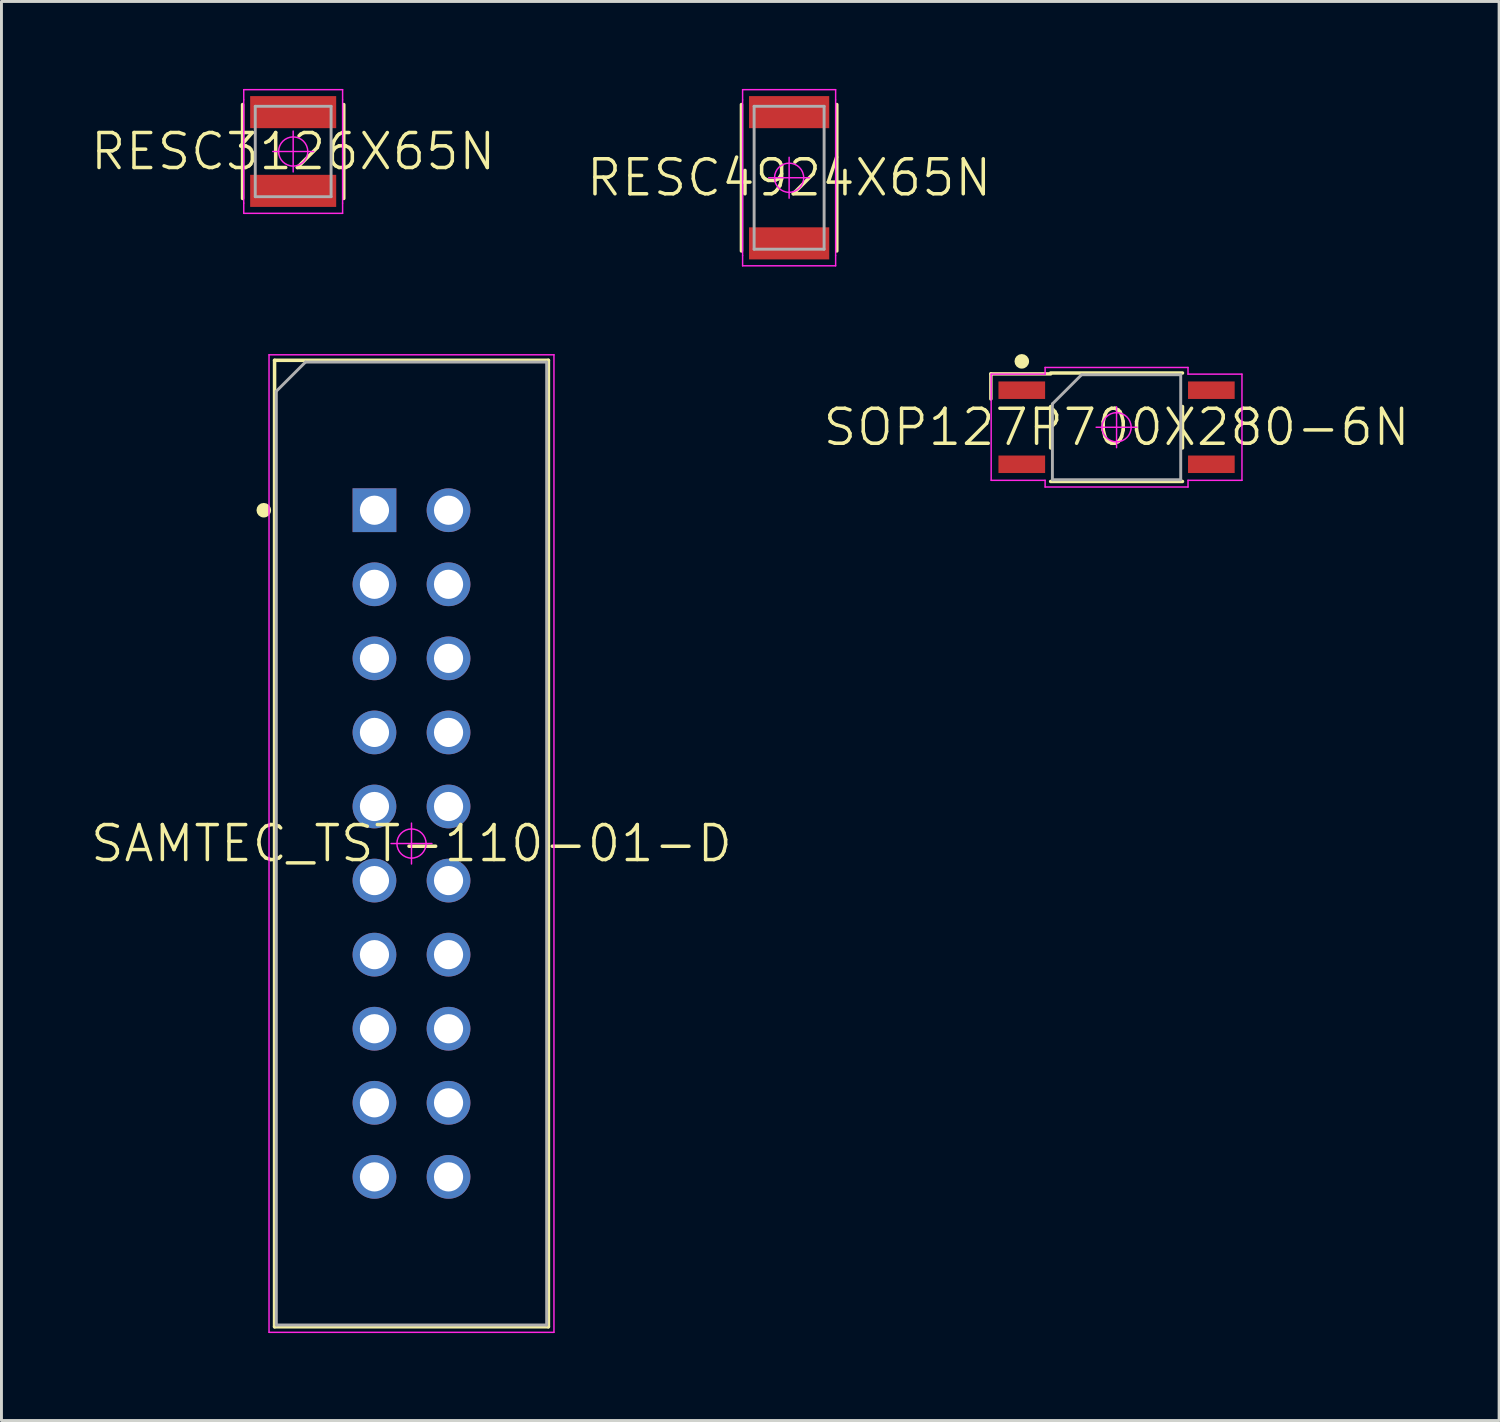
<source format=kicad_pcb>
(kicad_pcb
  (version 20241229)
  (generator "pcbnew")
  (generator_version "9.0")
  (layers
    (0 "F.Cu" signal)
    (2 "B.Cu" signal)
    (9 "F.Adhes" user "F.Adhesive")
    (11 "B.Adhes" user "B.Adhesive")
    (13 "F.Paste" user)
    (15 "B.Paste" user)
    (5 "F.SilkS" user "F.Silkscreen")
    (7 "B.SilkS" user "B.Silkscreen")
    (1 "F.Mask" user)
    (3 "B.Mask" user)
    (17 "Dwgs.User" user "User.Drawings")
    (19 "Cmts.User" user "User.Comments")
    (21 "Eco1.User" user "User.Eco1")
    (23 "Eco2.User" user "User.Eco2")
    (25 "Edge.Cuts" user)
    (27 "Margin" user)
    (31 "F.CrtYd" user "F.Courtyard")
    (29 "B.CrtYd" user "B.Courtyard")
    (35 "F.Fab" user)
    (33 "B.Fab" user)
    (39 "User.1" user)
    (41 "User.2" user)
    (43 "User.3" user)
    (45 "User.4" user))
  (footprint "RESC4924X65N"
    (layer "F.Cu")
    (at 24.009 3.045)
    (property "Reference" "RESC4924X65N" (at 0 0 0) (layer "F.SilkS") (effects (font (size 1.2 1.2) (thickness 0.12))))
    (attr smd)
    (fp_line (start -1.635 -2.51) (end -1.635 2.51) (stroke (width 0.12) (type solid)) (layer "F.SilkS"))
    (fp_line (start 1.635 -2.51) (end 1.635 2.51) (stroke (width 0.12) (type solid)) (layer "F.SilkS"))
    (fp_line (start -1.595 -3.02) (end -1.595 -2.67) (stroke (width 0.05) (type solid)) (layer "F.CrtYd"))
    (fp_line (start -1.595 -2.67) (end -1.595 2.67) (stroke (width 0.05) (type solid)) (layer "F.CrtYd"))
    (fp_line (start -1.595 2.67) (end -1.595 3.02) (stroke (width 0.05) (type solid)) (layer "F.CrtYd"))
    (fp_line (start -1.595 3.02) (end 1.595 3.02) (stroke (width 0.05) (type solid)) (layer "F.CrtYd"))
    (fp_line (start -0.7 0) (end 0.7 0) (stroke (width 0.05) (type solid)) (layer "F.CrtYd"))
    (fp_line (start 0 -0.7) (end 0 0.7) (stroke (width 0.05) (type solid)) (layer "F.CrtYd"))
    (fp_line (start 1.595 -3.02) (end -1.595 -3.02) (stroke (width 0.05) (type solid)) (layer "F.CrtYd"))
    (fp_line (start 1.595 -2.67) (end 1.595 -3.02) (stroke (width 0.05) (type solid)) (layer "F.CrtYd"))
    (fp_line (start 1.595 2.67) (end 1.595 -2.67) (stroke (width 0.05) (type solid)) (layer "F.CrtYd"))
    (fp_line (start 1.595 3.02) (end 1.595 2.67) (stroke (width 0.05) (type solid)) (layer "F.CrtYd"))
    (fp_circle (center 0 0) (end 0 0.5) (stroke (width 0.05) (type solid)) (fill no) (layer "F.CrtYd"))
    (fp_line (start -1.2 -2.45) (end 1.2 -2.45) (stroke (width 0.1) (type solid)) (layer "F.Fab"))
    (fp_line (start -1.2 2.45) (end -1.2 -2.45) (stroke (width 0.1) (type solid)) (layer "F.Fab"))
    (fp_line (start 1.2 -2.45) (end 1.2 2.45) (stroke (width 0.1) (type solid)) (layer "F.Fab"))
    (fp_line (start 1.2 2.45) (end -1.2 2.45) (stroke (width 0.1) (type solid)) (layer "F.Fab"))
    (pad "1" smd rect (at 0 -2.25) (size 2.75 1.1) (layers "F.Cu" "F.Mask" "F.Paste"))
    (pad "2" smd rect (at 0 2.25) (size 2.75 1.1) (layers "F.Cu" "F.Mask" "F.Paste")))
  (footprint "SOP127P700X280-6N"
    (layer "F.Cu")
    (at 35.237 11.6)
    (property "Reference" "SOP127P700X280-6N" (at 0 0 0) (layer "F.SilkS") (effects (font (size 1.2 1.2) (thickness 0.12))))
    (attr smd)
    (fp_line (start -4.31 -1.83) (end -4.31 -0.97) (stroke (width 0.12) (type solid)) (layer "F.SilkS"))
    (fp_line (start -2.26 -1.86) (end 2.26 -1.86) (stroke (width 0.12) (type solid)) (layer "F.SilkS"))
    (fp_line (start -2.26 -1.83) (end -4.31 -1.83) (stroke (width 0.12) (type solid)) (layer "F.SilkS"))
    (fp_line (start -2.26 -0.71) (end -2.26 0.71) (stroke (width 0.12) (type solid)) (layer "F.SilkS"))
    (fp_line (start 2.26 -0.71) (end 2.26 0.71) (stroke (width 0.12) (type solid)) (layer "F.SilkS"))
    (fp_line (start 2.26 1.86) (end -2.26 1.86) (stroke (width 0.12) (type solid)) (layer "F.SilkS"))
    (fp_circle (center -3.25 -2.26) (end -3.25 -2.135) (stroke (width 0.25) (type solid)) (fill no) (layer "F.SilkS"))
    (fp_line (start -4.3 -1.82) (end -2.45 -1.82) (stroke (width 0.05) (type solid)) (layer "F.CrtYd"))
    (fp_line (start -4.3 1.82) (end -4.3 -1.82) (stroke (width 0.05) (type solid)) (layer "F.CrtYd"))
    (fp_line (start -2.45 -2.05) (end 2.45 -2.05) (stroke (width 0.05) (type solid)) (layer "F.CrtYd"))
    (fp_line (start -2.45 -1.82) (end -2.45 -2.05) (stroke (width 0.05) (type solid)) (layer "F.CrtYd"))
    (fp_line (start -2.45 1.82) (end -4.3 1.82) (stroke (width 0.05) (type solid)) (layer "F.CrtYd"))
    (fp_line (start -2.45 2.05) (end -2.45 1.82) (stroke (width 0.05) (type solid)) (layer "F.CrtYd"))
    (fp_line (start -0.7 0) (end 0.7 0) (stroke (width 0.05) (type solid)) (layer "F.CrtYd"))
    (fp_line (start 0 -0.7) (end 0 0.7) (stroke (width 0.05) (type solid)) (layer "F.CrtYd"))
    (fp_line (start 2.45 -2.05) (end 2.45 -1.82) (stroke (width 0.05) (type solid)) (layer "F.CrtYd"))
    (fp_line (start 2.45 -1.82) (end 4.3 -1.82) (stroke (width 0.05) (type solid)) (layer "F.CrtYd"))
    (fp_line (start 2.45 1.82) (end 2.45 2.05) (stroke (width 0.05) (type solid)) (layer "F.CrtYd"))
    (fp_line (start 2.45 2.05) (end -2.45 2.05) (stroke (width 0.05) (type solid)) (layer "F.CrtYd"))
    (fp_line (start 4.3 -1.82) (end 4.3 1.82) (stroke (width 0.05) (type solid)) (layer "F.CrtYd"))
    (fp_line (start 4.3 1.82) (end 2.45 1.82) (stroke (width 0.05) (type solid)) (layer "F.CrtYd"))
    (fp_circle (center 0 0) (end 0 0.5) (stroke (width 0.05) (type solid)) (fill no) (layer "F.CrtYd"))
    (fp_line (start -2.2 -0.8) (end -1.2 -1.8) (stroke (width 0.1) (type solid)) (layer "F.Fab"))
    (fp_line (start -2.2 1.8) (end -2.2 -0.8) (stroke (width 0.1) (type solid)) (layer "F.Fab"))
    (fp_line (start -1.2 -1.8) (end 2.2 -1.8) (stroke (width 0.1) (type solid)) (layer "F.Fab"))
    (fp_line (start 2.2 -1.8) (end 2.2 1.8) (stroke (width 0.1) (type solid)) (layer "F.Fab"))
    (fp_line (start 2.2 1.8) (end -2.2 1.8) (stroke (width 0.1) (type solid)) (layer "F.Fab"))
    (pad "1" smd rect (at -3.25 -1.27) (size 1.6 0.6) (layers "F.Cu" "F.Mask" "F.Paste"))
    (pad "3" smd rect (at -3.25 1.27) (size 1.6 0.6) (layers "F.Cu" "F.Mask" "F.Paste"))
    (pad "4" smd rect (at 3.25 1.27) (size 1.6 0.6) (layers "F.Cu" "F.Mask" "F.Paste"))
    (pad "6" smd rect (at 3.25 -1.27) (size 1.6 0.6) (layers "F.Cu" "F.Mask" "F.Paste")))
  (footprint "SAMTEC_TST-110-01-D"
    (layer "F.Cu")
    (at 11.06 25.875)
    (property "Reference" "SAMTEC_TST-110-01-D" (at 0 0 0) (layer "F.SilkS") (effects (font (size 1.2 1.2) (thickness 0.12))))
    (attr through_hole)
    (fp_line (start -4.695 -16.57) (end 4.695 -16.57) (stroke (width 0.12) (type solid)) (layer "F.SilkS"))
    (fp_line (start -4.695 16.57) (end -4.695 -16.57) (stroke (width 0.12) (type solid)) (layer "F.SilkS"))
    (fp_line (start 4.695 -16.57) (end 4.695 16.57) (stroke (width 0.12) (type solid)) (layer "F.SilkS"))
    (fp_line (start 4.695 16.57) (end -4.695 16.57) (stroke (width 0.12) (type solid)) (layer "F.SilkS"))
    (fp_circle (center -5.065 -11.43) (end -5.065 -11.305) (stroke (width 0.25) (type solid)) (fill no) (layer "F.SilkS"))
    (fp_line (start -4.885 -16.76) (end 4.885 -16.76) (stroke (width 0.05) (type solid)) (layer "F.CrtYd"))
    (fp_line (start -4.885 16.76) (end -4.885 -16.76) (stroke (width 0.05) (type solid)) (layer "F.CrtYd"))
    (fp_line (start -0.7 0) (end 0.7 0) (stroke (width 0.05) (type solid)) (layer "F.CrtYd"))
    (fp_line (start 0 -0.7) (end 0 0.7) (stroke (width 0.05) (type solid)) (layer "F.CrtYd"))
    (fp_line (start 4.885 -16.76) (end 4.885 16.76) (stroke (width 0.05) (type solid)) (layer "F.CrtYd"))
    (fp_line (start 4.885 16.76) (end -4.885 16.76) (stroke (width 0.05) (type solid)) (layer "F.CrtYd"))
    (fp_circle (center 0 0) (end 0 0.5) (stroke (width 0.05) (type solid)) (fill no) (layer "F.CrtYd"))
    (fp_line (start -4.635 -15.51) (end -3.635 -16.51) (stroke (width 0.1) (type solid)) (layer "F.Fab"))
    (fp_line (start -4.635 16.51) (end -4.635 -15.51) (stroke (width 0.1) (type solid)) (layer "F.Fab"))
    (fp_line (start -3.635 -16.51) (end 4.635 -16.51) (stroke (width 0.1) (type solid)) (layer "F.Fab"))
    (fp_line (start 4.635 -16.51) (end 4.635 16.51) (stroke (width 0.1) (type solid)) (layer "F.Fab"))
    (fp_line (start 4.635 16.51) (end -4.635 16.51) (stroke (width 0.1) (type solid)) (layer "F.Fab"))
    (pad "1" thru_hole rect (at -1.27 -11.43) (size 1.5 1.5) (drill 1) (layers "*.Cu" "*.Paste" "*.Mask"))
    (pad "2" thru_hole circle (at 1.27 -11.43) (size 1.5 1.5) (drill 1) (layers "*.Cu" "*.Paste" "*.Mask"))
    (pad "3" thru_hole circle (at -1.27 -8.89) (size 1.5 1.5) (drill 1) (layers "*.Cu" "*.Paste" "*.Mask"))
    (pad "4" thru_hole circle (at 1.27 -8.89) (size 1.5 1.5) (drill 1) (layers "*.Cu" "*.Paste" "*.Mask"))
    (pad "5" thru_hole circle (at -1.27 -6.35) (size 1.5 1.5) (drill 1) (layers "*.Cu" "*.Paste" "*.Mask"))
    (pad "6" thru_hole circle (at 1.27 -6.35) (size 1.5 1.5) (drill 1) (layers "*.Cu" "*.Paste" "*.Mask"))
    (pad "7" thru_hole circle (at -1.27 -3.81) (size 1.5 1.5) (drill 1) (layers "*.Cu" "*.Paste" "*.Mask"))
    (pad "8" thru_hole circle (at 1.27 -3.81) (size 1.5 1.5) (drill 1) (layers "*.Cu" "*.Paste" "*.Mask"))
    (pad "9" thru_hole circle (at -1.27 -1.27) (size 1.5 1.5) (drill 1) (layers "*.Cu" "*.Paste" "*.Mask"))
    (pad "10" thru_hole circle (at 1.27 -1.27) (size 1.5 1.5) (drill 1) (layers "*.Cu" "*.Paste" "*.Mask"))
    (pad "11" thru_hole circle (at -1.27 1.27) (size 1.5 1.5) (drill 1) (layers "*.Cu" "*.Paste" "*.Mask"))
    (pad "12" thru_hole circle (at 1.27 1.27) (size 1.5 1.5) (drill 1) (layers "*.Cu" "*.Paste" "*.Mask"))
    (pad "13" thru_hole circle (at -1.27 3.81) (size 1.5 1.5) (drill 1) (layers "*.Cu" "*.Paste" "*.Mask"))
    (pad "14" thru_hole circle (at 1.27 3.81) (size 1.5 1.5) (drill 1) (layers "*.Cu" "*.Paste" "*.Mask"))
    (pad "15" thru_hole circle (at -1.27 6.35) (size 1.5 1.5) (drill 1) (layers "*.Cu" "*.Paste" "*.Mask"))
    (pad "16" thru_hole circle (at 1.27 6.35) (size 1.5 1.5) (drill 1) (layers "*.Cu" "*.Paste" "*.Mask"))
    (pad "17" thru_hole circle (at -1.27 8.89) (size 1.5 1.5) (drill 1) (layers "*.Cu" "*.Paste" "*.Mask"))
    (pad "18" thru_hole circle (at 1.27 8.89) (size 1.5 1.5) (drill 1) (layers "*.Cu" "*.Paste" "*.Mask"))
    (pad "19" thru_hole circle (at -1.27 11.43) (size 1.5 1.5) (drill 1) (layers "*.Cu" "*.Paste" "*.Mask"))
    (pad "20" thru_hole circle (at 1.27 11.43) (size 1.5 1.5) (drill 1) (layers "*.Cu" "*.Paste" "*.Mask")))
  (footprint "RESC3126X65N"
    (layer "F.Cu")
    (at 7.003 2.145)
    (property "Reference" "RESC3126X65N" (at 0 0 0) (layer "F.SilkS") (effects (font (size 1.2 1.2) (thickness 0.12))))
    (attr smd)
    (fp_line (start -1.735 -1.61) (end -1.735 1.61) (stroke (width 0.12) (type solid)) (layer "F.SilkS"))
    (fp_line (start 1.735 -1.61) (end 1.735 1.61) (stroke (width 0.12) (type solid)) (layer "F.SilkS"))
    (fp_line (start -1.695 -2.12) (end -1.695 -1.77) (stroke (width 0.05) (type solid)) (layer "F.CrtYd"))
    (fp_line (start -1.695 -1.77) (end -1.695 1.77) (stroke (width 0.05) (type solid)) (layer "F.CrtYd"))
    (fp_line (start -1.695 1.77) (end -1.695 2.12) (stroke (width 0.05) (type solid)) (layer "F.CrtYd"))
    (fp_line (start -1.695 2.12) (end 1.695 2.12) (stroke (width 0.05) (type solid)) (layer "F.CrtYd"))
    (fp_line (start -0.7 0) (end 0.7 0) (stroke (width 0.05) (type solid)) (layer "F.CrtYd"))
    (fp_line (start 0 -0.7) (end 0 0.7) (stroke (width 0.05) (type solid)) (layer "F.CrtYd"))
    (fp_line (start 1.695 -2.12) (end -1.695 -2.12) (stroke (width 0.05) (type solid)) (layer "F.CrtYd"))
    (fp_line (start 1.695 -1.77) (end 1.695 -2.12) (stroke (width 0.05) (type solid)) (layer "F.CrtYd"))
    (fp_line (start 1.695 1.77) (end 1.695 -1.77) (stroke (width 0.05) (type solid)) (layer "F.CrtYd"))
    (fp_line (start 1.695 2.12) (end 1.695 1.77) (stroke (width 0.05) (type solid)) (layer "F.CrtYd"))
    (fp_circle (center 0 0) (end 0 0.5) (stroke (width 0.05) (type solid)) (fill no) (layer "F.CrtYd"))
    (fp_line (start -1.3 -1.55) (end 1.3 -1.55) (stroke (width 0.1) (type solid)) (layer "F.Fab"))
    (fp_line (start -1.3 1.55) (end -1.3 -1.55) (stroke (width 0.1) (type solid)) (layer "F.Fab"))
    (fp_line (start 1.3 -1.55) (end 1.3 1.55) (stroke (width 0.1) (type solid)) (layer "F.Fab"))
    (fp_line (start 1.3 1.55) (end -1.3 1.55) (stroke (width 0.1) (type solid)) (layer "F.Fab"))
    (pad "1" smd rect (at 0 -1.35) (size 2.95 1.1) (layers "F.Cu" "F.Mask" "F.Paste"))
    (pad "2" smd rect (at 0 1.35) (size 2.95 1.1) (layers "F.Cu" "F.Mask" "F.Paste")))
  (gr_rect
    (start -3 -3)
    (end 48.354 45.66)
    (stroke (width 0.1) (type default))
    (fill no)
    (layer "Edge.Cuts")))
</source>
